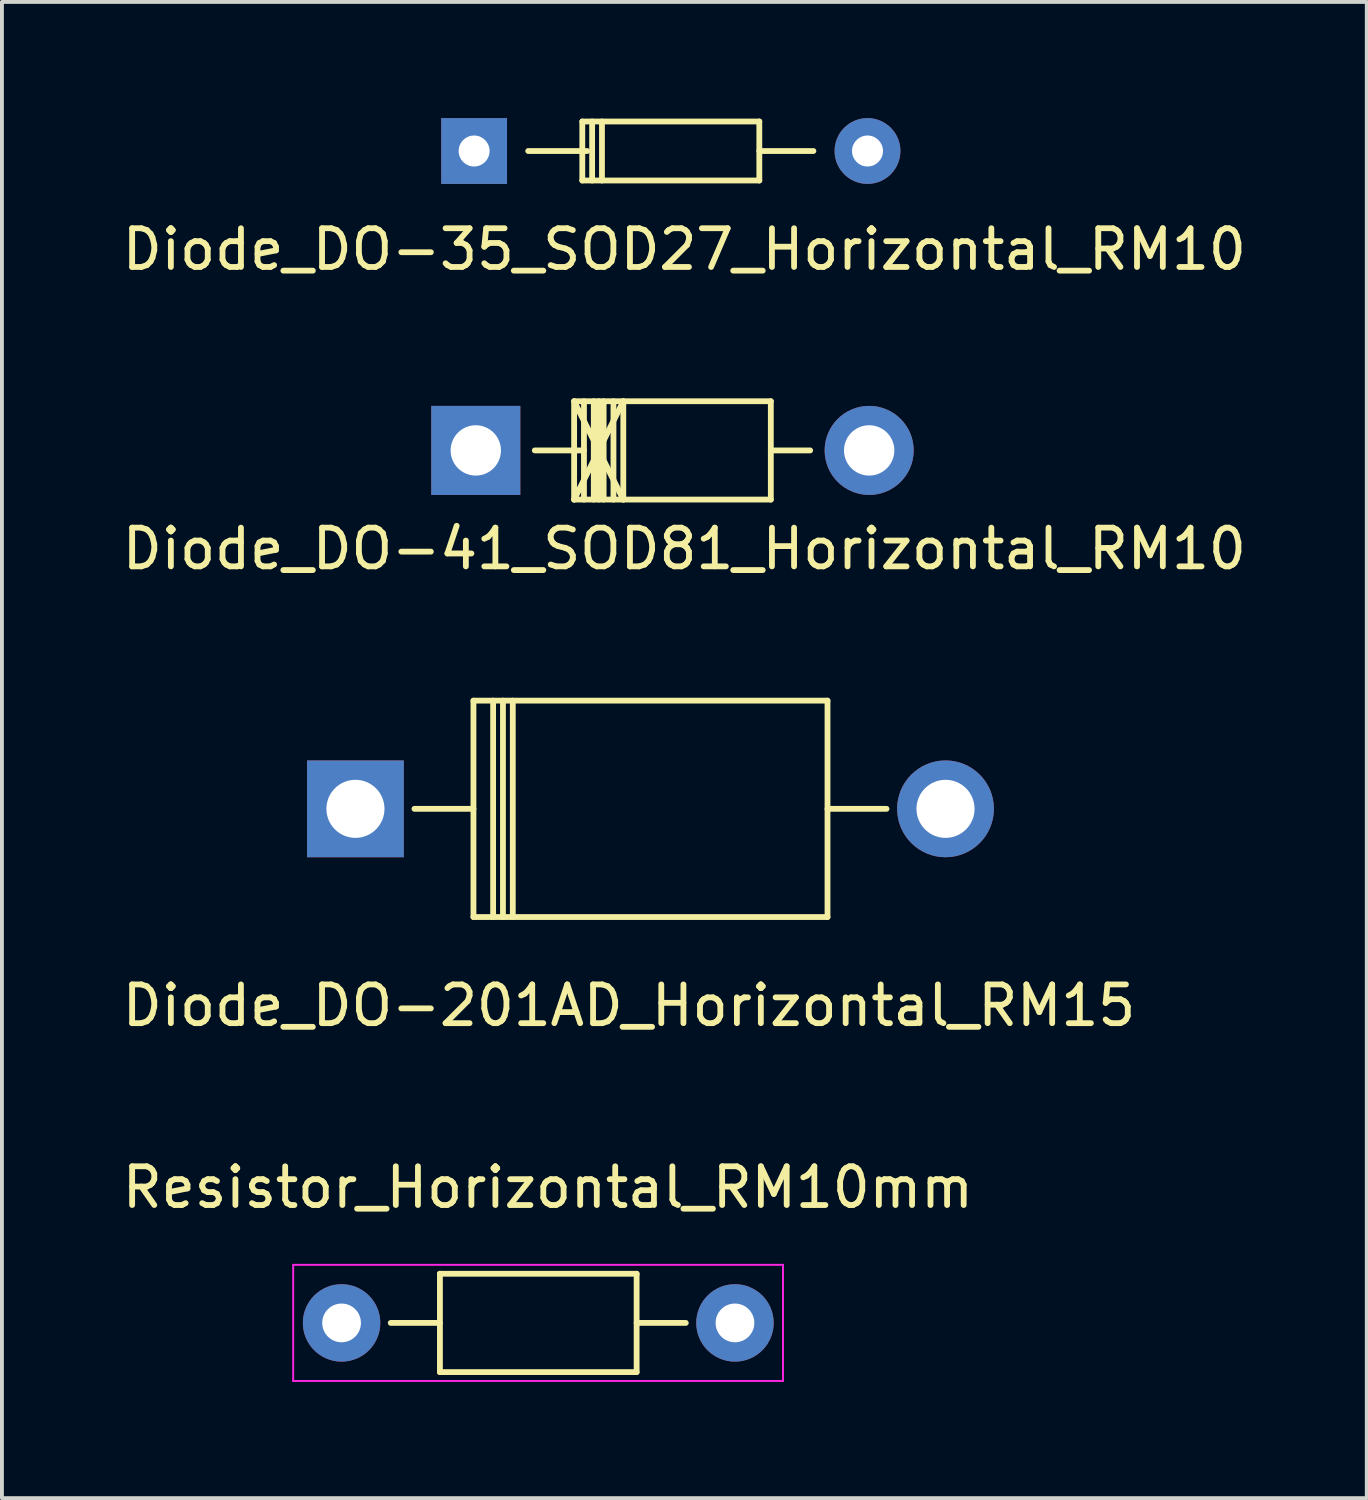
<source format=kicad_pcb>
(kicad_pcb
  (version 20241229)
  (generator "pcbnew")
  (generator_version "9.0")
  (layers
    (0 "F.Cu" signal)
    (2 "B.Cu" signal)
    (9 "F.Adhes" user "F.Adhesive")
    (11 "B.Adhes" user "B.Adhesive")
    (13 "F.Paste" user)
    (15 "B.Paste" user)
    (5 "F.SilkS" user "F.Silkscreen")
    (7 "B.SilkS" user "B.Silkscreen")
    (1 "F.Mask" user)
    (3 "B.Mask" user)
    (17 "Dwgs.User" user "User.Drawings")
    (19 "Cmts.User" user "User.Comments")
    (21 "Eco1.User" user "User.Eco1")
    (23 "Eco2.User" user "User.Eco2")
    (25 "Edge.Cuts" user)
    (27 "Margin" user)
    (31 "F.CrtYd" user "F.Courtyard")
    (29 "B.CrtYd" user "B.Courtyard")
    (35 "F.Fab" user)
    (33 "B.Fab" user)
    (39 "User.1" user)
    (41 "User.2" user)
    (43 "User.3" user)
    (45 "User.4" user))
  (footprint "Diode_DO-201AD_Horizontal_RM15"
    (layer "F.Cu")
    (at 6.129 17.843)
    (property "Reference" "Diode_DO-201AD_Horizontal_RM15" (at 7.067 5.077 0) (layer "F.SilkS") (effects (font (size 1 1) (thickness 0.15))))
    (attr through_hole)
    (fp_line (start 3.049 -2.797) (end 12.193 -2.797) (stroke (width 0.15) (type solid)) (layer "F.SilkS"))
    (fp_line (start 3.049 -0.003) (end 1.525 -0.003) (stroke (width 0.15) (type solid)) (layer "F.SilkS"))
    (fp_line (start 3.049 2.791) (end 3.049 -2.797) (stroke (width 0.15) (type solid)) (layer "F.SilkS"))
    (fp_line (start 3.557 -2.797) (end 3.557 2.791) (stroke (width 0.15) (type solid)) (layer "F.SilkS"))
    (fp_line (start 3.811 -2.797) (end 3.811 2.791) (stroke (width 0.15) (type solid)) (layer "F.SilkS"))
    (fp_line (start 4.065 -2.797) (end 4.065 2.791) (stroke (width 0.15) (type solid)) (layer "F.SilkS"))
    (fp_line (start 12.193 -2.797) (end 12.193 2.791) (stroke (width 0.15) (type solid)) (layer "F.SilkS"))
    (fp_line (start 12.193 -0.003) (end 13.717 -0.003) (stroke (width 0.15) (type solid)) (layer "F.SilkS"))
    (fp_line (start 12.193 2.791) (end 3.049 2.791) (stroke (width 0.15) (type solid)) (layer "F.SilkS"))
    (pad "1" thru_hole rect (at 0.001 -0.003 180) (size 2.5 2.5) (drill 1.5) (layers "*.Cu" "*.Mask"))
    (pad "2" thru_hole circle (at 15.241 -0.003 180) (size 2.5 2.5) (drill 1.5) (layers "*.Cu" "*.Mask")))
  (footprint "Diode_DO-41_SOD81_Horizontal_RM10"
    (layer "F.Cu")
    (at 9.238 8.586)
    (property "Reference" "Diode_DO-41_SOD81_Horizontal_RM10" (at 5.387 2.537 0) (layer "F.SilkS") (effects (font (size 1 1) (thickness 0.15))))
    (attr through_hole)
    (fp_line (start 2.54 -1.273) (end 3.81 1.267) (stroke (width 0.15) (type solid)) (layer "F.SilkS"))
    (fp_line (start 2.54 -1.273) (end 7.62 -1.273) (stroke (width 0.15) (type solid)) (layer "F.SilkS"))
    (fp_line (start 2.54 1.267) (end 2.54 -1.273) (stroke (width 0.15) (type solid)) (layer "F.SilkS"))
    (fp_line (start 2.794 -1.273) (end 2.794 1.267) (stroke (width 0.15) (type solid)) (layer "F.SilkS"))
    (fp_line (start 2.794 -0.003) (end 1.524 -0.003) (stroke (width 0.15) (type solid)) (layer "F.SilkS"))
    (fp_line (start 3.048 -1.273) (end 3.048 1.267) (stroke (width 0.15) (type solid)) (layer "F.SilkS"))
    (fp_line (start 3.175 -1.273) (end 3.175 1.267) (stroke (width 0.15) (type solid)) (layer "F.SilkS"))
    (fp_line (start 3.302 -1.273) (end 3.302 1.267) (stroke (width 0.15) (type solid)) (layer "F.SilkS"))
    (fp_line (start 3.556 -1.273) (end 3.556 1.267) (stroke (width 0.15) (type solid)) (layer "F.SilkS"))
    (fp_line (start 3.81 -1.273) (end 2.54 1.267) (stroke (width 0.15) (type solid)) (layer "F.SilkS"))
    (fp_line (start 3.81 -1.273) (end 3.81 1.267) (stroke (width 0.15) (type solid)) (layer "F.SilkS"))
    (fp_line (start 7.62 -1.273) (end 7.62 1.267) (stroke (width 0.15) (type solid)) (layer "F.SilkS"))
    (fp_line (start 7.62 -0.003) (end 8.636 -0.003) (stroke (width 0.15) (type solid)) (layer "F.SilkS"))
    (fp_line (start 7.62 1.267) (end 2.54 1.267) (stroke (width 0.15) (type solid)) (layer "F.SilkS"))
    (pad "1" thru_hole rect (at 0 -0.003 180) (size 2.3 2.3) (drill 1.3) (layers "*.Cu" "*.Mask"))
    (pad "2" thru_hole circle (at 10.16 -0.003 180) (size 2.3 2.3) (drill 1.3) (layers "*.Cu" "*.Mask")))
  (footprint "Resistor_Horizontal_RM10mm"
    (layer "F.Cu")
    (at 5.772 31.117)
    (property "Reference" "Resistor_Horizontal_RM10mm" (at 5.329 -3.5 0) (layer "F.SilkS") (effects (font (size 1 1) (thickness 0.15))))
    (attr through_hole)
    (fp_line (start 2.54 -1.27) (end 7.62 -1.27) (stroke (width 0.15) (type solid)) (layer "F.SilkS"))
    (fp_line (start 2.54 0) (end 1.27 0) (stroke (width 0.15) (type solid)) (layer "F.SilkS"))
    (fp_line (start 2.54 1.27) (end 2.54 -1.27) (stroke (width 0.15) (type solid)) (layer "F.SilkS"))
    (fp_line (start 7.62 -1.27) (end 7.62 1.27) (stroke (width 0.15) (type solid)) (layer "F.SilkS"))
    (fp_line (start 7.62 0) (end 8.89 0) (stroke (width 0.15) (type solid)) (layer "F.SilkS"))
    (fp_line (start 7.62 1.27) (end 2.54 1.27) (stroke (width 0.15) (type solid)) (layer "F.SilkS"))
    (fp_line (start -1.25 -1.5) (end 11.4 -1.5) (stroke (width 0.05) (type solid)) (layer "F.CrtYd"))
    (fp_line (start -1.25 1.5) (end -1.25 -1.5) (stroke (width 0.05) (type solid)) (layer "F.CrtYd"))
    (fp_line (start -1.25 1.5) (end 11.4 1.5) (stroke (width 0.05) (type solid)) (layer "F.CrtYd"))
    (fp_line (start 11.4 -1.5) (end 11.4 1.5) (stroke (width 0.05) (type solid)) (layer "F.CrtYd"))
    (pad "1" thru_hole circle (at 0 0) (size 2 2) (drill 1) (layers "*.Cu" "*.Mask"))
    (pad "2" thru_hole circle (at 10.16 0) (size 2 2) (drill 1) (layers "*.Cu" "*.Mask")))
  (footprint "Diode_DO-35_SOD27_Horizontal_RM10"
    (layer "F.Cu")
    (at 9.194 0.853)
    (property "Reference" "Diode_DO-35_SOD27_Horizontal_RM10" (at 5.431 2.537 0) (layer "F.SilkS") (effects (font (size 1 1) (thickness 0.15))))
    (attr through_hole)
    (fp_line (start 2.795 -0.765) (end 2.795 -0.003) (stroke (width 0.15) (type solid)) (layer "F.SilkS"))
    (fp_line (start 2.795 -0.003) (end 2.795 0.759) (stroke (width 0.15) (type solid)) (layer "F.SilkS"))
    (fp_line (start 2.795 0.759) (end 7.367 0.759) (stroke (width 0.15) (type solid)) (layer "F.SilkS"))
    (fp_line (start 2.922 -0.003) (end 1.398 -0.003) (stroke (width 0.15) (type solid)) (layer "F.SilkS"))
    (fp_line (start 3.049 -0.765) (end 3.049 0.759) (stroke (width 0.15) (type solid)) (layer "F.SilkS"))
    (fp_line (start 3.303 -0.765) (end 3.303 0.759) (stroke (width 0.15) (type solid)) (layer "F.SilkS"))
    (fp_line (start 7.367 -0.765) (end 2.795 -0.765) (stroke (width 0.15) (type solid)) (layer "F.SilkS"))
    (fp_line (start 7.367 -0.003) (end 8.764 -0.003) (stroke (width 0.15) (type solid)) (layer "F.SilkS"))
    (fp_line (start 7.367 0.759) (end 7.367 -0.765) (stroke (width 0.15) (type solid)) (layer "F.SilkS"))
    (pad "1" thru_hole rect (at 0.001 -0.003 180) (size 1.7 1.7) (drill 0.8) (layers "*.Cu" "*.Mask"))
    (pad "2" thru_hole circle (at 10.161 -0.003 180) (size 1.7 1.7) (drill 0.8) (layers "*.Cu" "*.Mask")))
  (gr_rect
    (start -3 -3)
    (end 32.25 35.642)
    (stroke (width 0.1) (type default))
    (fill no)
    (layer "Edge.Cuts")))
</source>
